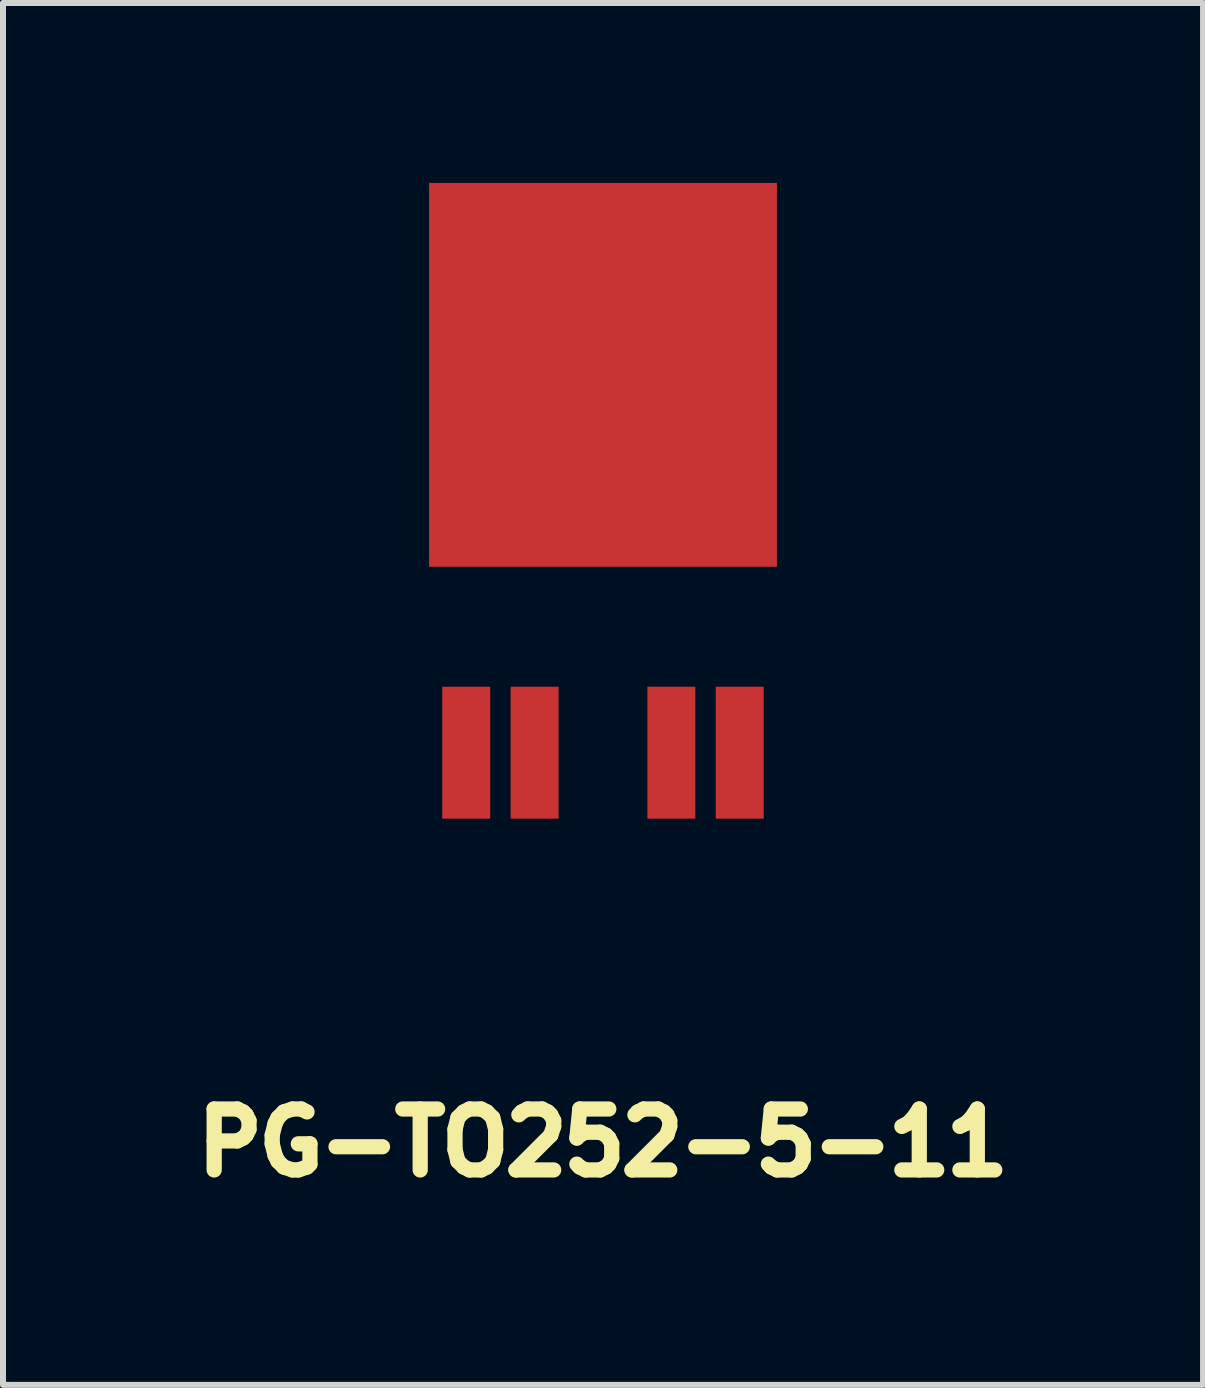
<source format=kicad_pcb>
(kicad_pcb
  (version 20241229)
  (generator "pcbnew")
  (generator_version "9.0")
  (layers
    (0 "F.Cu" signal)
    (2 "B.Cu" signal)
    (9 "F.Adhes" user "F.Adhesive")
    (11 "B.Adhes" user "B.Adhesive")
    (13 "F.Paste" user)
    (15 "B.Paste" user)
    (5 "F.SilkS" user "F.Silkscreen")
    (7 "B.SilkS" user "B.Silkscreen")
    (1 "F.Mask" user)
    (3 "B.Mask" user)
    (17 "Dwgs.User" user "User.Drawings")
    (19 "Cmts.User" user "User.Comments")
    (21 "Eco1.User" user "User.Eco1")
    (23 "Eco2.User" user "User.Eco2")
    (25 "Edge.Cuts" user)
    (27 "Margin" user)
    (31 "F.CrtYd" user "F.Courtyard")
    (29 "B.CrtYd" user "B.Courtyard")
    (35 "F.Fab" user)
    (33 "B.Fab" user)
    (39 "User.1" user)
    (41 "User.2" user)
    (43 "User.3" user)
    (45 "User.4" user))
  (footprint "PG-TO252-5-11"
    (layer "F.Cu")
    (at 7.004 9.5)
    (property "Reference" "PG-TO252-5-11" (at 0 6.5 0) (layer "F.SilkS") (effects (font (size 1.016 1.016) (thickness 0.254))))
    (attr through_hole)
    (pad "1" smd rect (at -2.28 0) (size 0.8 2.2) (layers "F.Cu" "F.Mask" "F.Paste"))
    (pad "2" smd rect (at -1.14 0) (size 0.8 2.2) (layers "F.Cu" "F.Mask" "F.Paste"))
    (pad "4" smd rect (at 1.14 0) (size 0.8 2.2) (layers "F.Cu" "F.Mask" "F.Paste"))
    (pad "5" smd rect (at 2.28 0) (size 0.8 2.2) (layers "F.Cu" "F.Mask" "F.Paste"))
    (pad "6" smd rect (at 0 -6.3) (size 5.8 6.4) (layers "F.Cu" "F.Mask" "F.Paste")))
  (gr_rect
    (start -3 -3)
    (end 17.009 20.04)
    (stroke (width 0.1) (type default))
    (fill no)
    (layer "Edge.Cuts")))
</source>
